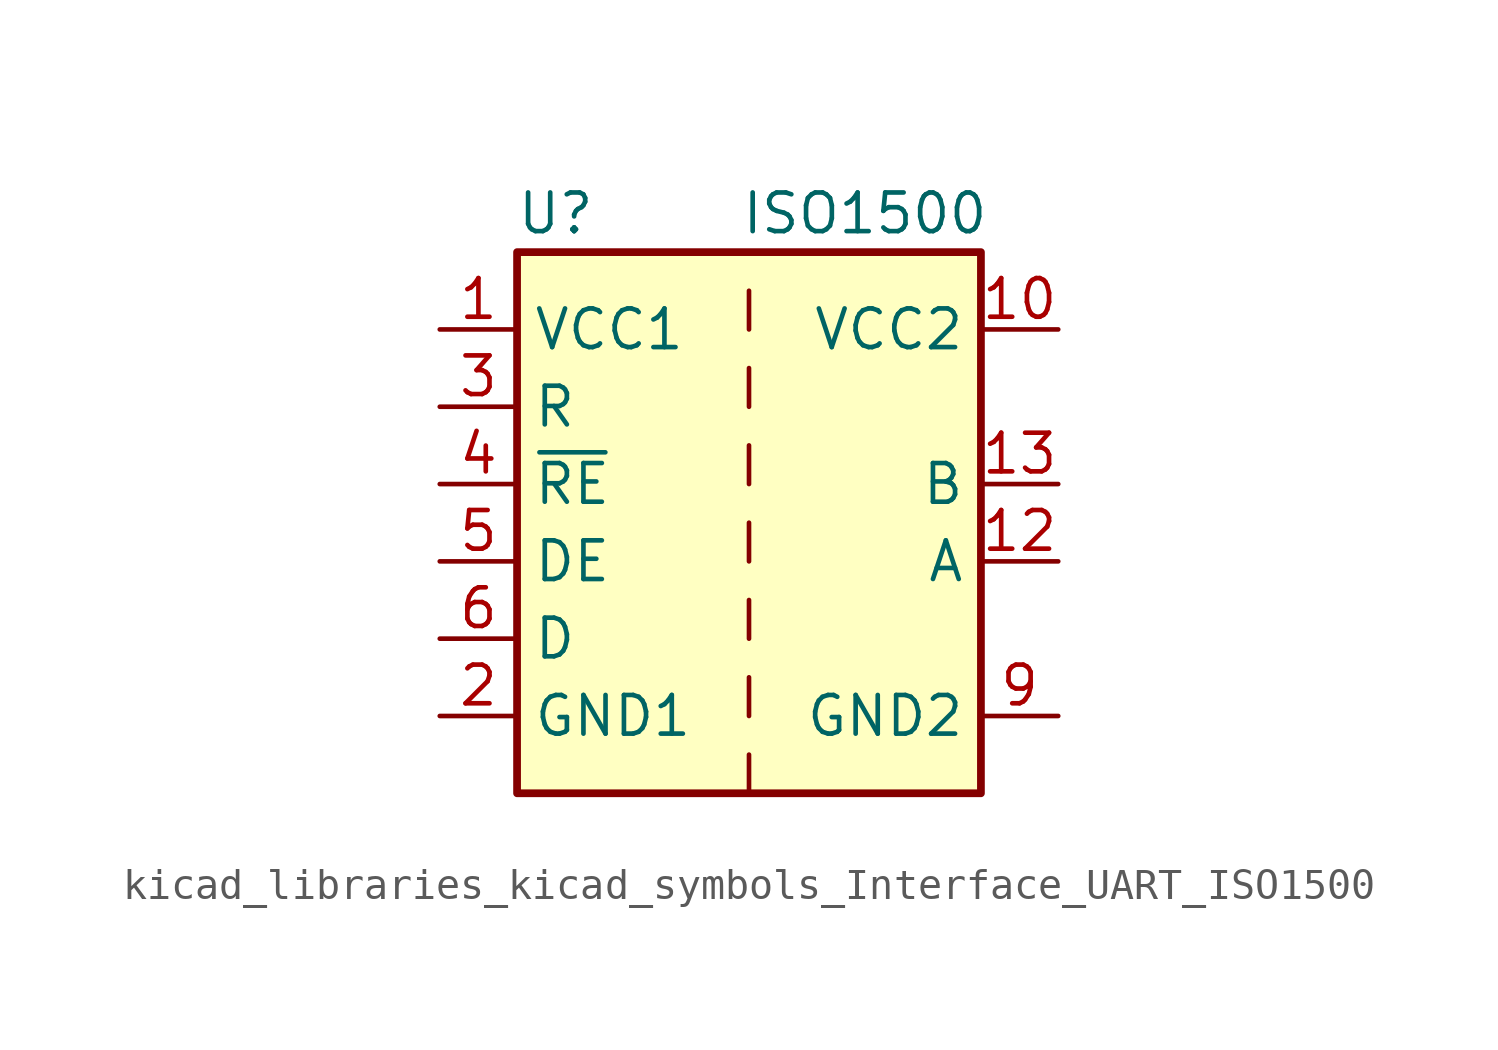
<source format=kicad_sym>
(kicad_symbol_lib
  (version 20220914)
  (generator kicad_symbol_editor)
  (symbol "kicad_libraries_kicad_symbols_Interface_UART_ISO1500"
    (property "Reference" "U"
      (at -6.35 11.43 0)
      (effects (font (size 1.27 1.27))))
    (property "Value" "ISO1500"
      (at 3.81 11.43 0)
      (effects (font (size 1.27 1.27))))
    (symbol "kicad_libraries_kicad_symbols_Interface_UART_ISO1500_0_1"
      (rectangle (start -7.62 10.16) (end 7.62 -7.62) (stroke (width 0.254) (type default)) (fill (type background)))
      (polyline (pts (xy 0 -6.35) (xy 0 -7.62)) (stroke (width 0) (type default)) (fill (type none)))
      (polyline (pts (xy 0 -3.81) (xy 0 -5.08)) (stroke (width 0) (type default)) (fill (type none)))
      (polyline (pts (xy 0 -1.27) (xy 0 -2.54)) (stroke (width 0) (type default)) (fill (type none)))
      (polyline (pts (xy 0 1.27) (xy 0 0)) (stroke (width 0) (type default)) (fill (type none)))
      (polyline (pts (xy 0 3.81) (xy 0 2.54)) (stroke (width 0) (type default)) (fill (type none)))
      (polyline (pts (xy 0 6.35) (xy 0 5.08)) (stroke (width 0) (type default)) (fill (type none)))
      (polyline (pts (xy 0 7.62) (xy 0 8.89)) (stroke (width 0) (type default)) (fill (type none))))
    (symbol "kicad_libraries_kicad_symbols_Interface_UART_ISO1500_1_1"
      (pin power_in line (at -10.16 7.62 0) (length 2.54) (name "VCC1" (effects (font (size 1.27 1.27)))) (number "1" (effects (font (size 1.27 1.27)))))
      (pin power_in line (at 10.16 7.62 180) (length 2.54) (name "VCC2" (effects (font (size 1.27 1.27)))) (number "10" (effects (font (size 1.27 1.27)))))
      (pin no_connect line (at 7.62 -2.54 180) (length 2.54) hide (name "NC" (effects (font (size 1.27 1.27)))) (number "11" (effects (font (size 1.27 1.27)))))
      (pin bidirectional line (at 10.16 0 180) (length 2.54) (name "A" (effects (font (size 1.27 1.27)))) (number "12" (effects (font (size 1.27 1.27)))))
      (pin bidirectional line (at 10.16 2.54 180) (length 2.54) (name "B" (effects (font (size 1.27 1.27)))) (number "13" (effects (font (size 1.27 1.27)))))
      (pin no_connect line (at 7.62 5.08 180) (length 2.54) hide (name "NC" (effects (font (size 1.27 1.27)))) (number "14" (effects (font (size 1.27 1.27)))))
      (pin passive line (at 10.16 -5.08 180) (length 2.54) hide (name "GND2" (effects (font (size 1.27 1.27)))) (number "15" (effects (font (size 1.27 1.27)))))
      (pin passive line (at 10.16 7.62 180) (length 2.54) hide (name "VCC2" (effects (font (size 1.27 1.27)))) (number "16" (effects (font (size 1.27 1.27)))))
      (pin power_in line (at -10.16 -5.08 0) (length 2.54) (name "GND1" (effects (font (size 1.27 1.27)))) (number "2" (effects (font (size 1.27 1.27)))))
      (pin output line (at -10.16 5.08 0) (length 2.54) (name "R" (effects (font (size 1.27 1.27)))) (number "3" (effects (font (size 1.27 1.27)))))
      (pin input line (at -10.16 2.54 0) (length 2.54) (name "~{RE}" (effects (font (size 1.27 1.27)))) (number "4" (effects (font (size 1.27 1.27)))))
      (pin input line (at -10.16 0 0) (length 2.54) (name "DE" (effects (font (size 1.27 1.27)))) (number "5" (effects (font (size 1.27 1.27)))))
      (pin input line (at -10.16 -2.54 0) (length 2.54) (name "D" (effects (font (size 1.27 1.27)))) (number "6" (effects (font (size 1.27 1.27)))))
      (pin no_connect line (at 0 -7.62 90) (length 2.54) hide (name "NC" (effects (font (size 1.27 1.27)))) (number "7" (effects (font (size 1.27 1.27)))))
      (pin passive line (at -10.16 -5.08 0) (length 2.54) hide (name "GND1" (effects (font (size 1.27 1.27)))) (number "8" (effects (font (size 1.27 1.27)))))
      (pin power_in line (at 10.16 -5.08 180) (length 2.54) (name "GND2" (effects (font (size 1.27 1.27)))) (number "9" (effects (font (size 1.27 1.27))))))))
</source>
